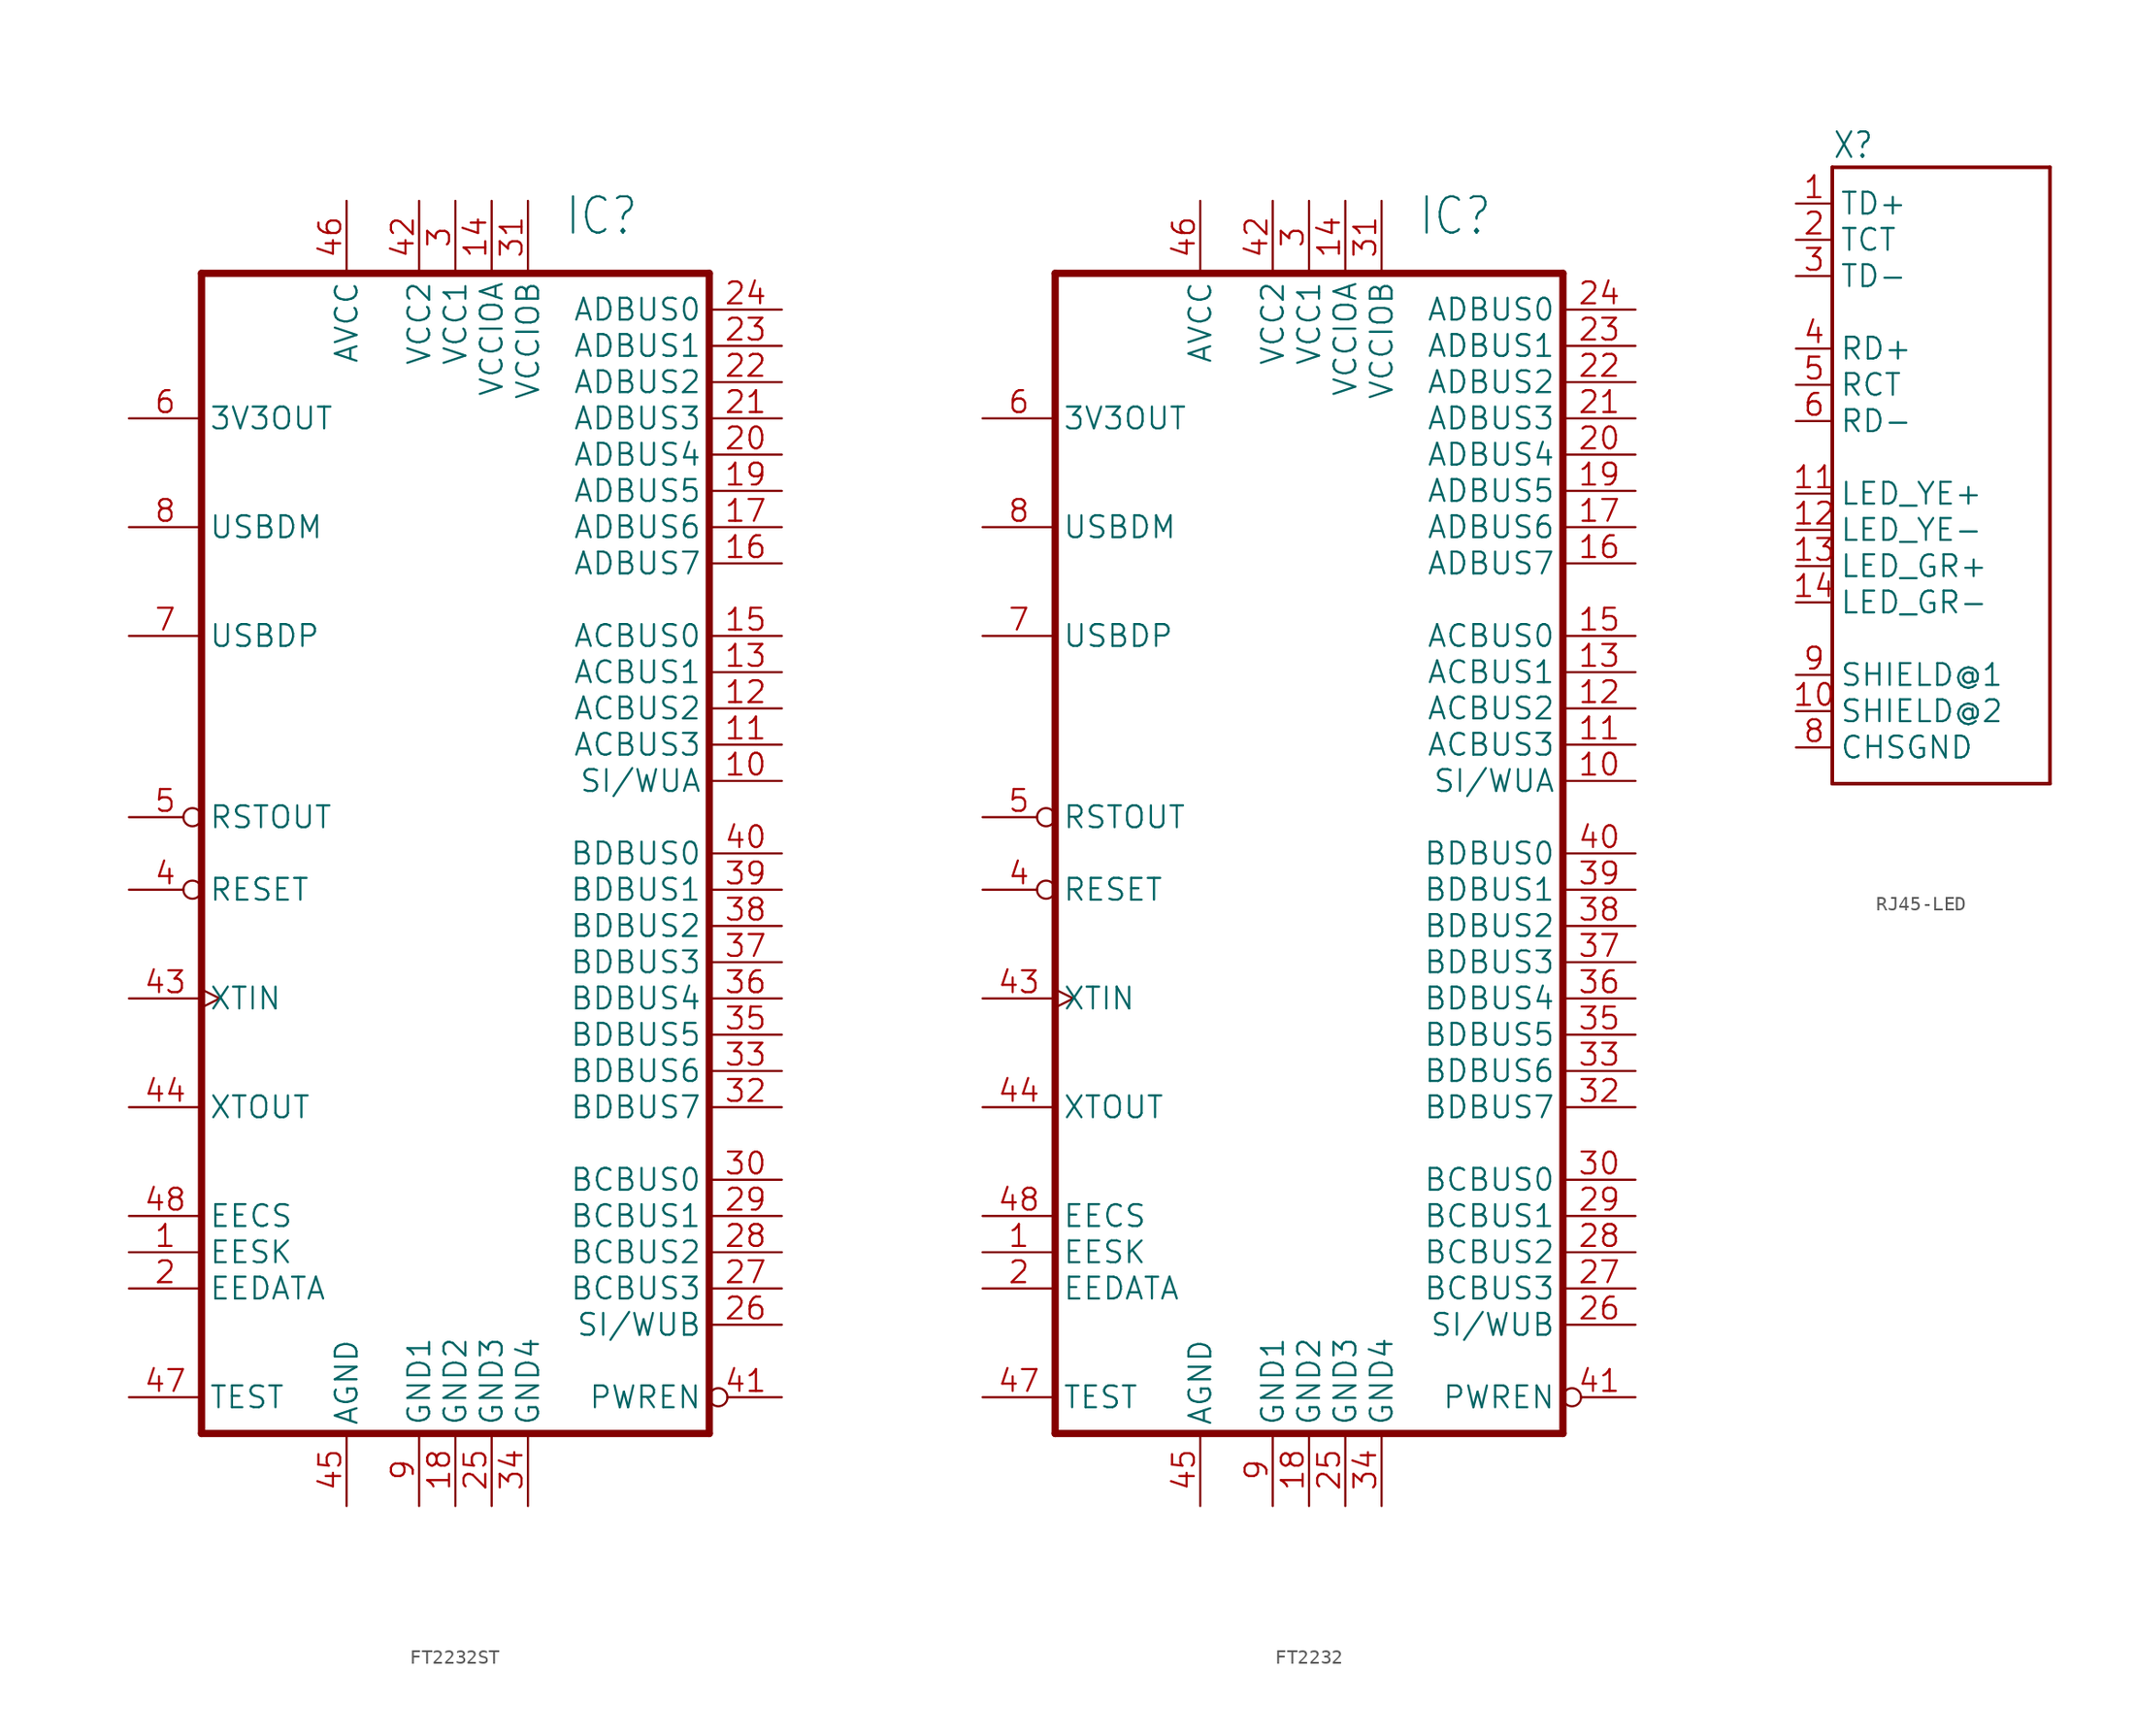
<source format=kicad_sym>
(kicad_symbol_lib
  (version 20241209)
  (generator "kicad_symbol_editor")
  (generator_version "9.0")
  (symbol "FT2232ST"
    (property "Reference" "IC"
      (at 7.62 38.1 0)
      (effects (font (size 2.54 2.159)) (justify left bottom)))
    (property "Value" ""
      (at 7.62 -50.8 0)
      (effects (font (size 2.54 2.159)) (justify left bottom)))
    (property "ki_locked" ""
      (at 0 0 0)
      (effects (font (size 1.27 1.27))))
    (symbol "FT2232ST_1_0"
      (polyline (pts (xy -17.78 35.56) (xy 17.78 35.56)) (stroke (width 0.508) (type solid)) (fill (type none)))
      (polyline (pts (xy -17.78 -45.72) (xy -17.78 35.56)) (stroke (width 0.508) (type solid)) (fill (type none)))
      (polyline (pts (xy 17.78 35.56) (xy 17.78 -45.72)) (stroke (width 0.508) (type solid)) (fill (type none)))
      (polyline (pts (xy 17.78 -45.72) (xy -17.78 -45.72)) (stroke (width 0.508) (type solid)) (fill (type none)))
      (pin bidirectional line (at -22.86 25.4 0) (length 5.08) (name "3V3OUT" (effects (font (size 1.524 1.524)))) (number "6" (effects (font (size 1.524 1.524)))))
      (pin bidirectional line (at -22.86 17.78 0) (length 5.08) (name "USBDM" (effects (font (size 1.524 1.524)))) (number "8" (effects (font (size 1.524 1.524)))))
      (pin bidirectional line (at -22.86 10.16 0) (length 5.08) (name "USBDP" (effects (font (size 1.524 1.524)))) (number "7" (effects (font (size 1.524 1.524)))))
      (pin bidirectional inverted (at -22.86 -2.54 0) (length 5.08) (name "RSTOUT" (effects (font (size 1.524 1.524)))) (number "5" (effects (font (size 1.524 1.524)))))
      (pin bidirectional inverted (at -22.86 -7.62 0) (length 5.08) (name "RESET" (effects (font (size 1.524 1.524)))) (number "4" (effects (font (size 1.524 1.524)))))
      (pin bidirectional clock (at -22.86 -15.24 0) (length 5.08) (name "XTIN" (effects (font (size 1.524 1.524)))) (number "43" (effects (font (size 1.524 1.524)))))
      (pin bidirectional line (at -22.86 -22.86 0) (length 5.08) (name "XTOUT" (effects (font (size 1.524 1.524)))) (number "44" (effects (font (size 1.524 1.524)))))
      (pin bidirectional line (at -22.86 -30.48 0) (length 5.08) (name "EECS" (effects (font (size 1.524 1.524)))) (number "48" (effects (font (size 1.524 1.524)))))
      (pin bidirectional line (at -22.86 -33.02 0) (length 5.08) (name "EESK" (effects (font (size 1.524 1.524)))) (number "1" (effects (font (size 1.524 1.524)))))
      (pin bidirectional line (at -22.86 -35.56 0) (length 5.08) (name "EEDATA" (effects (font (size 1.524 1.524)))) (number "2" (effects (font (size 1.524 1.524)))))
      (pin bidirectional line (at -22.86 -43.18 0) (length 5.08) (name "TEST" (effects (font (size 1.524 1.524)))) (number "47" (effects (font (size 1.524 1.524)))))
      (pin bidirectional line (at -7.62 40.64 270) (length 5.08) (name "AVCC" (effects (font (size 1.524 1.524)))) (number "46" (effects (font (size 1.524 1.524)))))
      (pin bidirectional line (at -7.62 -50.8 90) (length 5.08) (name "AGND" (effects (font (size 1.524 1.524)))) (number "45" (effects (font (size 1.524 1.524)))))
      (pin bidirectional line (at -2.54 40.64 270) (length 5.08) (name "VCC2" (effects (font (size 1.524 1.524)))) (number "42" (effects (font (size 1.524 1.524)))))
      (pin bidirectional line (at -2.54 -50.8 90) (length 5.08) (name "GND1" (effects (font (size 1.524 1.524)))) (number "9" (effects (font (size 1.524 1.524)))))
      (pin bidirectional line (at 0 40.64 270) (length 5.08) (name "VCC1" (effects (font (size 1.524 1.524)))) (number "3" (effects (font (size 1.524 1.524)))))
      (pin bidirectional line (at 0 -50.8 90) (length 5.08) (name "GND2" (effects (font (size 1.524 1.524)))) (number "18" (effects (font (size 1.524 1.524)))))
      (pin bidirectional line (at 2.54 40.64 270) (length 5.08) (name "VCCIOA" (effects (font (size 1.524 1.524)))) (number "14" (effects (font (size 1.524 1.524)))))
      (pin bidirectional line (at 2.54 -50.8 90) (length 5.08) (name "GND3" (effects (font (size 1.524 1.524)))) (number "25" (effects (font (size 1.524 1.524)))))
      (pin bidirectional line (at 5.08 40.64 270) (length 5.08) (name "VCCIOB" (effects (font (size 1.524 1.524)))) (number "31" (effects (font (size 1.524 1.524)))))
      (pin bidirectional line (at 5.08 -50.8 90) (length 5.08) (name "GND4" (effects (font (size 1.524 1.524)))) (number "34" (effects (font (size 1.524 1.524)))))
      (pin bidirectional line (at 22.86 33.02 180) (length 5.08) (name "ADBUS0" (effects (font (size 1.524 1.524)))) (number "24" (effects (font (size 1.524 1.524)))))
      (pin bidirectional line (at 22.86 30.48 180) (length 5.08) (name "ADBUS1" (effects (font (size 1.524 1.524)))) (number "23" (effects (font (size 1.524 1.524)))))
      (pin bidirectional line (at 22.86 27.94 180) (length 5.08) (name "ADBUS2" (effects (font (size 1.524 1.524)))) (number "22" (effects (font (size 1.524 1.524)))))
      (pin bidirectional line (at 22.86 25.4 180) (length 5.08) (name "ADBUS3" (effects (font (size 1.524 1.524)))) (number "21" (effects (font (size 1.524 1.524)))))
      (pin bidirectional line (at 22.86 22.86 180) (length 5.08) (name "ADBUS4" (effects (font (size 1.524 1.524)))) (number "20" (effects (font (size 1.524 1.524)))))
      (pin bidirectional line (at 22.86 20.32 180) (length 5.08) (name "ADBUS5" (effects (font (size 1.524 1.524)))) (number "19" (effects (font (size 1.524 1.524)))))
      (pin bidirectional line (at 22.86 17.78 180) (length 5.08) (name "ADBUS6" (effects (font (size 1.524 1.524)))) (number "17" (effects (font (size 1.524 1.524)))))
      (pin bidirectional line (at 22.86 15.24 180) (length 5.08) (name "ADBUS7" (effects (font (size 1.524 1.524)))) (number "16" (effects (font (size 1.524 1.524)))))
      (pin bidirectional line (at 22.86 10.16 180) (length 5.08) (name "ACBUS0" (effects (font (size 1.524 1.524)))) (number "15" (effects (font (size 1.524 1.524)))))
      (pin bidirectional line (at 22.86 7.62 180) (length 5.08) (name "ACBUS1" (effects (font (size 1.524 1.524)))) (number "13" (effects (font (size 1.524 1.524)))))
      (pin bidirectional line (at 22.86 5.08 180) (length 5.08) (name "ACBUS2" (effects (font (size 1.524 1.524)))) (number "12" (effects (font (size 1.524 1.524)))))
      (pin bidirectional line (at 22.86 2.54 180) (length 5.08) (name "ACBUS3" (effects (font (size 1.524 1.524)))) (number "11" (effects (font (size 1.524 1.524)))))
      (pin bidirectional line (at 22.86 0 180) (length 5.08) (name "SI/WUA" (effects (font (size 1.524 1.524)))) (number "10" (effects (font (size 1.524 1.524)))))
      (pin bidirectional line (at 22.86 -5.08 180) (length 5.08) (name "BDBUS0" (effects (font (size 1.524 1.524)))) (number "40" (effects (font (size 1.524 1.524)))))
      (pin bidirectional line (at 22.86 -7.62 180) (length 5.08) (name "BDBUS1" (effects (font (size 1.524 1.524)))) (number "39" (effects (font (size 1.524 1.524)))))
      (pin bidirectional line (at 22.86 -10.16 180) (length 5.08) (name "BDBUS2" (effects (font (size 1.524 1.524)))) (number "38" (effects (font (size 1.524 1.524)))))
      (pin bidirectional line (at 22.86 -12.7 180) (length 5.08) (name "BDBUS3" (effects (font (size 1.524 1.524)))) (number "37" (effects (font (size 1.524 1.524)))))
      (pin bidirectional line (at 22.86 -15.24 180) (length 5.08) (name "BDBUS4" (effects (font (size 1.524 1.524)))) (number "36" (effects (font (size 1.524 1.524)))))
      (pin bidirectional line (at 22.86 -17.78 180) (length 5.08) (name "BDBUS5" (effects (font (size 1.524 1.524)))) (number "35" (effects (font (size 1.524 1.524)))))
      (pin bidirectional line (at 22.86 -20.32 180) (length 5.08) (name "BDBUS6" (effects (font (size 1.524 1.524)))) (number "33" (effects (font (size 1.524 1.524)))))
      (pin bidirectional line (at 22.86 -22.86 180) (length 5.08) (name "BDBUS7" (effects (font (size 1.524 1.524)))) (number "32" (effects (font (size 1.524 1.524)))))
      (pin bidirectional line (at 22.86 -27.94 180) (length 5.08) (name "BCBUS0" (effects (font (size 1.524 1.524)))) (number "30" (effects (font (size 1.524 1.524)))))
      (pin bidirectional line (at 22.86 -30.48 180) (length 5.08) (name "BCBUS1" (effects (font (size 1.524 1.524)))) (number "29" (effects (font (size 1.524 1.524)))))
      (pin bidirectional line (at 22.86 -33.02 180) (length 5.08) (name "BCBUS2" (effects (font (size 1.524 1.524)))) (number "28" (effects (font (size 1.524 1.524)))))
      (pin bidirectional line (at 22.86 -35.56 180) (length 5.08) (name "BCBUS3" (effects (font (size 1.524 1.524)))) (number "27" (effects (font (size 1.524 1.524)))))
      (pin bidirectional line (at 22.86 -38.1 180) (length 5.08) (name "SI/WUB" (effects (font (size 1.524 1.524)))) (number "26" (effects (font (size 1.524 1.524)))))
      (pin bidirectional inverted (at 22.86 -43.18 180) (length 5.08) (name "PWREN" (effects (font (size 1.524 1.524)))) (number "41" (effects (font (size 1.524 1.524)))))))
  (symbol "FT2232"
    (property "Reference" "IC"
      (at 7.62 38.1 0)
      (effects (font (size 2.54 2.159)) (justify left bottom)))
    (property "Value" ""
      (at 7.62 -50.8 0)
      (effects (font (size 2.54 2.159)) (justify left bottom)))
    (property "ki_locked" ""
      (at 0 0 0)
      (effects (font (size 1.27 1.27))))
    (symbol "FT2232_1_0"
      (polyline (pts (xy -17.78 35.56) (xy 17.78 35.56)) (stroke (width 0.508) (type solid)) (fill (type none)))
      (polyline (pts (xy -17.78 -45.72) (xy -17.78 35.56)) (stroke (width 0.508) (type solid)) (fill (type none)))
      (polyline (pts (xy 17.78 35.56) (xy 17.78 -45.72)) (stroke (width 0.508) (type solid)) (fill (type none)))
      (polyline (pts (xy 17.78 -45.72) (xy -17.78 -45.72)) (stroke (width 0.508) (type solid)) (fill (type none)))
      (pin bidirectional line (at -22.86 25.4 0) (length 5.08) (name "3V3OUT" (effects (font (size 1.524 1.524)))) (number "6" (effects (font (size 1.524 1.524)))))
      (pin bidirectional line (at -22.86 17.78 0) (length 5.08) (name "USBDM" (effects (font (size 1.524 1.524)))) (number "8" (effects (font (size 1.524 1.524)))))
      (pin bidirectional line (at -22.86 10.16 0) (length 5.08) (name "USBDP" (effects (font (size 1.524 1.524)))) (number "7" (effects (font (size 1.524 1.524)))))
      (pin bidirectional inverted (at -22.86 -2.54 0) (length 5.08) (name "RSTOUT" (effects (font (size 1.524 1.524)))) (number "5" (effects (font (size 1.524 1.524)))))
      (pin bidirectional inverted (at -22.86 -7.62 0) (length 5.08) (name "RESET" (effects (font (size 1.524 1.524)))) (number "4" (effects (font (size 1.524 1.524)))))
      (pin bidirectional clock (at -22.86 -15.24 0) (length 5.08) (name "XTIN" (effects (font (size 1.524 1.524)))) (number "43" (effects (font (size 1.524 1.524)))))
      (pin bidirectional line (at -22.86 -22.86 0) (length 5.08) (name "XTOUT" (effects (font (size 1.524 1.524)))) (number "44" (effects (font (size 1.524 1.524)))))
      (pin bidirectional line (at -22.86 -30.48 0) (length 5.08) (name "EECS" (effects (font (size 1.524 1.524)))) (number "48" (effects (font (size 1.524 1.524)))))
      (pin bidirectional line (at -22.86 -33.02 0) (length 5.08) (name "EESK" (effects (font (size 1.524 1.524)))) (number "1" (effects (font (size 1.524 1.524)))))
      (pin bidirectional line (at -22.86 -35.56 0) (length 5.08) (name "EEDATA" (effects (font (size 1.524 1.524)))) (number "2" (effects (font (size 1.524 1.524)))))
      (pin bidirectional line (at -22.86 -43.18 0) (length 5.08) (name "TEST" (effects (font (size 1.524 1.524)))) (number "47" (effects (font (size 1.524 1.524)))))
      (pin bidirectional line (at -7.62 40.64 270) (length 5.08) (name "AVCC" (effects (font (size 1.524 1.524)))) (number "46" (effects (font (size 1.524 1.524)))))
      (pin bidirectional line (at -7.62 -50.8 90) (length 5.08) (name "AGND" (effects (font (size 1.524 1.524)))) (number "45" (effects (font (size 1.524 1.524)))))
      (pin bidirectional line (at -2.54 40.64 270) (length 5.08) (name "VCC2" (effects (font (size 1.524 1.524)))) (number "42" (effects (font (size 1.524 1.524)))))
      (pin bidirectional line (at -2.54 -50.8 90) (length 5.08) (name "GND1" (effects (font (size 1.524 1.524)))) (number "9" (effects (font (size 1.524 1.524)))))
      (pin bidirectional line (at 0 40.64 270) (length 5.08) (name "VCC1" (effects (font (size 1.524 1.524)))) (number "3" (effects (font (size 1.524 1.524)))))
      (pin bidirectional line (at 0 -50.8 90) (length 5.08) (name "GND2" (effects (font (size 1.524 1.524)))) (number "18" (effects (font (size 1.524 1.524)))))
      (pin bidirectional line (at 2.54 40.64 270) (length 5.08) (name "VCCIOA" (effects (font (size 1.524 1.524)))) (number "14" (effects (font (size 1.524 1.524)))))
      (pin bidirectional line (at 2.54 -50.8 90) (length 5.08) (name "GND3" (effects (font (size 1.524 1.524)))) (number "25" (effects (font (size 1.524 1.524)))))
      (pin bidirectional line (at 5.08 40.64 270) (length 5.08) (name "VCCIOB" (effects (font (size 1.524 1.524)))) (number "31" (effects (font (size 1.524 1.524)))))
      (pin bidirectional line (at 5.08 -50.8 90) (length 5.08) (name "GND4" (effects (font (size 1.524 1.524)))) (number "34" (effects (font (size 1.524 1.524)))))
      (pin bidirectional line (at 22.86 33.02 180) (length 5.08) (name "ADBUS0" (effects (font (size 1.524 1.524)))) (number "24" (effects (font (size 1.524 1.524)))))
      (pin bidirectional line (at 22.86 30.48 180) (length 5.08) (name "ADBUS1" (effects (font (size 1.524 1.524)))) (number "23" (effects (font (size 1.524 1.524)))))
      (pin bidirectional line (at 22.86 27.94 180) (length 5.08) (name "ADBUS2" (effects (font (size 1.524 1.524)))) (number "22" (effects (font (size 1.524 1.524)))))
      (pin bidirectional line (at 22.86 25.4 180) (length 5.08) (name "ADBUS3" (effects (font (size 1.524 1.524)))) (number "21" (effects (font (size 1.524 1.524)))))
      (pin bidirectional line (at 22.86 22.86 180) (length 5.08) (name "ADBUS4" (effects (font (size 1.524 1.524)))) (number "20" (effects (font (size 1.524 1.524)))))
      (pin bidirectional line (at 22.86 20.32 180) (length 5.08) (name "ADBUS5" (effects (font (size 1.524 1.524)))) (number "19" (effects (font (size 1.524 1.524)))))
      (pin bidirectional line (at 22.86 17.78 180) (length 5.08) (name "ADBUS6" (effects (font (size 1.524 1.524)))) (number "17" (effects (font (size 1.524 1.524)))))
      (pin bidirectional line (at 22.86 15.24 180) (length 5.08) (name "ADBUS7" (effects (font (size 1.524 1.524)))) (number "16" (effects (font (size 1.524 1.524)))))
      (pin bidirectional line (at 22.86 10.16 180) (length 5.08) (name "ACBUS0" (effects (font (size 1.524 1.524)))) (number "15" (effects (font (size 1.524 1.524)))))
      (pin bidirectional line (at 22.86 7.62 180) (length 5.08) (name "ACBUS1" (effects (font (size 1.524 1.524)))) (number "13" (effects (font (size 1.524 1.524)))))
      (pin bidirectional line (at 22.86 5.08 180) (length 5.08) (name "ACBUS2" (effects (font (size 1.524 1.524)))) (number "12" (effects (font (size 1.524 1.524)))))
      (pin bidirectional line (at 22.86 2.54 180) (length 5.08) (name "ACBUS3" (effects (font (size 1.524 1.524)))) (number "11" (effects (font (size 1.524 1.524)))))
      (pin bidirectional line (at 22.86 0 180) (length 5.08) (name "SI/WUA" (effects (font (size 1.524 1.524)))) (number "10" (effects (font (size 1.524 1.524)))))
      (pin bidirectional line (at 22.86 -5.08 180) (length 5.08) (name "BDBUS0" (effects (font (size 1.524 1.524)))) (number "40" (effects (font (size 1.524 1.524)))))
      (pin bidirectional line (at 22.86 -7.62 180) (length 5.08) (name "BDBUS1" (effects (font (size 1.524 1.524)))) (number "39" (effects (font (size 1.524 1.524)))))
      (pin bidirectional line (at 22.86 -10.16 180) (length 5.08) (name "BDBUS2" (effects (font (size 1.524 1.524)))) (number "38" (effects (font (size 1.524 1.524)))))
      (pin bidirectional line (at 22.86 -12.7 180) (length 5.08) (name "BDBUS3" (effects (font (size 1.524 1.524)))) (number "37" (effects (font (size 1.524 1.524)))))
      (pin bidirectional line (at 22.86 -15.24 180) (length 5.08) (name "BDBUS4" (effects (font (size 1.524 1.524)))) (number "36" (effects (font (size 1.524 1.524)))))
      (pin bidirectional line (at 22.86 -17.78 180) (length 5.08) (name "BDBUS5" (effects (font (size 1.524 1.524)))) (number "35" (effects (font (size 1.524 1.524)))))
      (pin bidirectional line (at 22.86 -20.32 180) (length 5.08) (name "BDBUS6" (effects (font (size 1.524 1.524)))) (number "33" (effects (font (size 1.524 1.524)))))
      (pin bidirectional line (at 22.86 -22.86 180) (length 5.08) (name "BDBUS7" (effects (font (size 1.524 1.524)))) (number "32" (effects (font (size 1.524 1.524)))))
      (pin bidirectional line (at 22.86 -27.94 180) (length 5.08) (name "BCBUS0" (effects (font (size 1.524 1.524)))) (number "30" (effects (font (size 1.524 1.524)))))
      (pin bidirectional line (at 22.86 -30.48 180) (length 5.08) (name "BCBUS1" (effects (font (size 1.524 1.524)))) (number "29" (effects (font (size 1.524 1.524)))))
      (pin bidirectional line (at 22.86 -33.02 180) (length 5.08) (name "BCBUS2" (effects (font (size 1.524 1.524)))) (number "28" (effects (font (size 1.524 1.524)))))
      (pin bidirectional line (at 22.86 -35.56 180) (length 5.08) (name "BCBUS3" (effects (font (size 1.524 1.524)))) (number "27" (effects (font (size 1.524 1.524)))))
      (pin bidirectional line (at 22.86 -38.1 180) (length 5.08) (name "SI/WUB" (effects (font (size 1.524 1.524)))) (number "26" (effects (font (size 1.524 1.524)))))
      (pin bidirectional inverted (at 22.86 -43.18 180) (length 5.08) (name "PWREN" (effects (font (size 1.524 1.524)))) (number "41" (effects (font (size 1.524 1.524)))))))
  (symbol "RJ45-LED"
    (property "Reference" "X"
      (at -7.62 20.828 0)
      (effects (font (size 1.778 1.511)) (justify left bottom)))
    (property "Value" ""
      (at -7.62 -25.4 0)
      (effects (font (size 1.778 1.511)) (justify left bottom)))
    (property "ki_locked" ""
      (at 0 0 0)
      (effects (font (size 1.27 1.27))))
    (symbol "RJ45-LED_1_0"
      (polyline (pts (xy -7.62 20.32) (xy -7.62 -22.86)) (stroke (width 0.254) (type solid)) (fill (type none)))
      (polyline (pts (xy -7.62 -22.86) (xy 7.62 -22.86)) (stroke (width 0.254) (type solid)) (fill (type none)))
      (polyline (pts (xy 7.62 20.32) (xy -7.62 20.32)) (stroke (width 0.254) (type solid)) (fill (type none)))
      (polyline (pts (xy 7.62 -22.86) (xy 7.62 20.32)) (stroke (width 0.254) (type solid)) (fill (type none)))
      (pin bidirectional line (at -10.16 17.78 0) (length 2.54) (name "TD+" (effects (font (size 1.524 1.524)))) (number "1" (effects (font (size 1.524 1.524)))))
      (pin bidirectional line (at -10.16 15.24 0) (length 2.54) (name "TCT" (effects (font (size 1.524 1.524)))) (number "2" (effects (font (size 1.524 1.524)))))
      (pin bidirectional line (at -10.16 12.7 0) (length 2.54) (name "TD-" (effects (font (size 1.524 1.524)))) (number "3" (effects (font (size 1.524 1.524)))))
      (pin bidirectional line (at -10.16 7.62 0) (length 2.54) (name "RD+" (effects (font (size 1.524 1.524)))) (number "4" (effects (font (size 1.524 1.524)))))
      (pin bidirectional line (at -10.16 5.08 0) (length 2.54) (name "RCT" (effects (font (size 1.524 1.524)))) (number "5" (effects (font (size 1.524 1.524)))))
      (pin bidirectional line (at -10.16 2.54 0) (length 2.54) (name "RD-" (effects (font (size 1.524 1.524)))) (number "6" (effects (font (size 1.524 1.524)))))
      (pin bidirectional line (at -10.16 -2.54 0) (length 2.54) (name "LED_YE+" (effects (font (size 1.524 1.524)))) (number "11" (effects (font (size 1.524 1.524)))))
      (pin bidirectional line (at -10.16 -5.08 0) (length 2.54) (name "LED_YE-" (effects (font (size 1.524 1.524)))) (number "12" (effects (font (size 1.524 1.524)))))
      (pin bidirectional line (at -10.16 -7.62 0) (length 2.54) (name "LED_GR+" (effects (font (size 1.524 1.524)))) (number "13" (effects (font (size 1.524 1.524)))))
      (pin bidirectional line (at -10.16 -10.16 0) (length 2.54) (name "LED_GR-" (effects (font (size 1.524 1.524)))) (number "14" (effects (font (size 1.524 1.524)))))
      (pin bidirectional line (at -10.16 -15.24 0) (length 2.54) (name "SHIELD@1" (effects (font (size 1.524 1.524)))) (number "9" (effects (font (size 1.524 1.524)))))
      (pin bidirectional line (at -10.16 -17.78 0) (length 2.54) (name "SHIELD@2" (effects (font (size 1.524 1.524)))) (number "10" (effects (font (size 1.524 1.524)))))
      (pin bidirectional line (at -10.16 -20.32 0) (length 2.54) (name "CHSGND" (effects (font (size 1.524 1.524)))) (number "8" (effects (font (size 1.524 1.524))))))))
</source>
